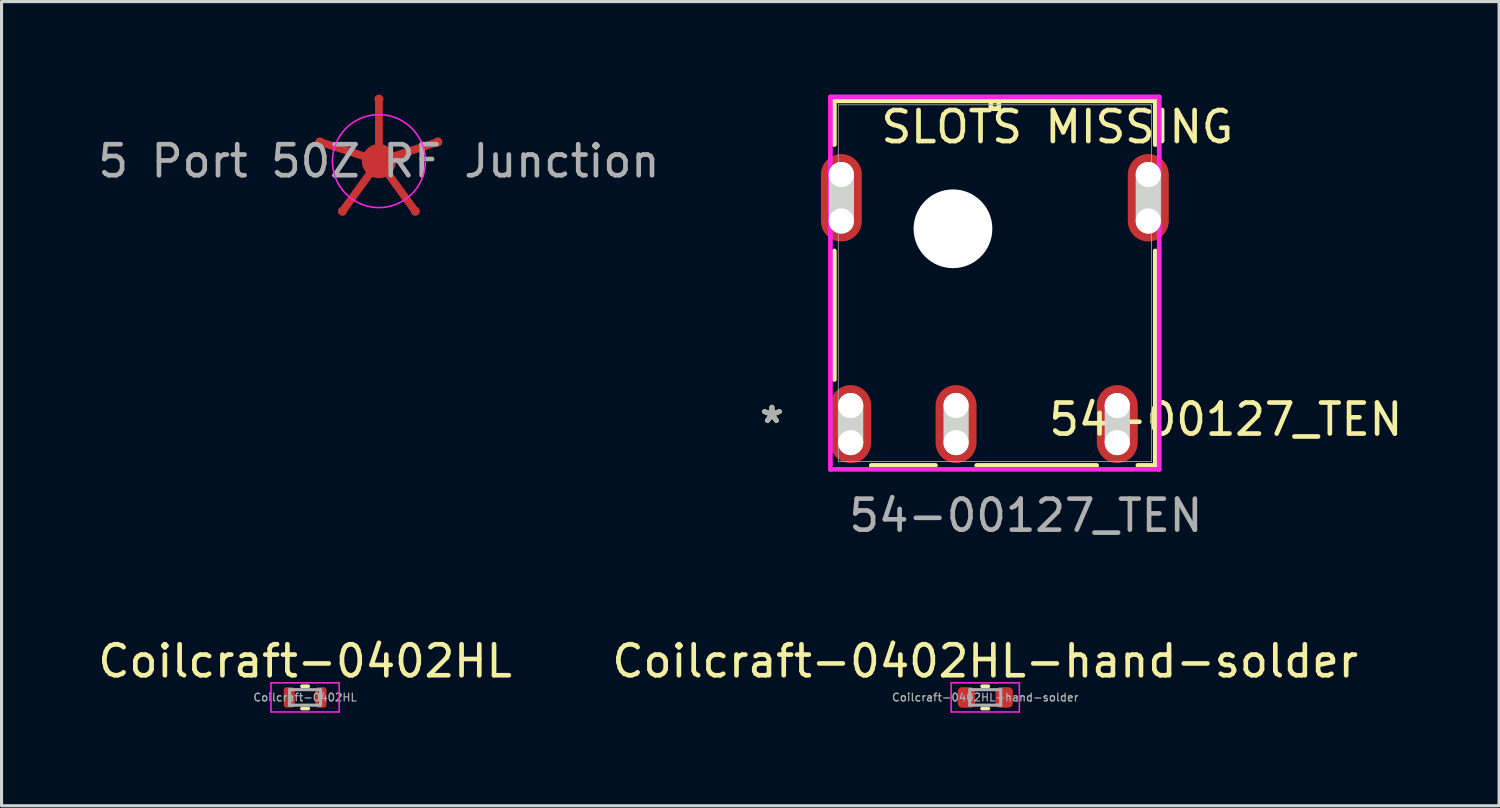
<source format=kicad_pcb>
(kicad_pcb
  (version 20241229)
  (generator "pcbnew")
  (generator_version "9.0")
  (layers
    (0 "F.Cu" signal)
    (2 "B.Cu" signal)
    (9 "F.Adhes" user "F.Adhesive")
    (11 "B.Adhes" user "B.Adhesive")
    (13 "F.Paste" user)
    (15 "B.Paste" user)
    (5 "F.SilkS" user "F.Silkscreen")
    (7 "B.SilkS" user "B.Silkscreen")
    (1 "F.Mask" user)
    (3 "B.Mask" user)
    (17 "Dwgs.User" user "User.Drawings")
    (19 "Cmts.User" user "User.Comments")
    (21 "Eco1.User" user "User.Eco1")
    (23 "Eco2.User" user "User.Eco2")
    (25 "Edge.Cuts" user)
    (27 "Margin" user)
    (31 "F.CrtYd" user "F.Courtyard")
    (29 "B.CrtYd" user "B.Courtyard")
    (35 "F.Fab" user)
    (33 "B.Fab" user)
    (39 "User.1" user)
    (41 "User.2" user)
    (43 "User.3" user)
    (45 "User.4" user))
  (footprint "Coilcraft-0402HL"
    (layer "F.Cu")
    (at 6.792 19.447)
    (property "Reference" "Coilcraft-0402HL" (at 0 -1.17 0) (layer "F.SilkS") (effects (font (size 1 1) (thickness 0.15))))
    (attr smd)
    (fp_line (start -0.1 -0.36) (end 0.1 -0.36) (stroke (width 0.12) (type solid)) (layer "F.SilkS"))
    (fp_line (start -0.1 0.36) (end 0.1 0.36) (stroke (width 0.12) (type solid)) (layer "F.SilkS"))
    (fp_line (start -1.1 -0.47) (end 1.1 -0.47) (stroke (width 0.05) (type solid)) (layer "F.CrtYd"))
    (fp_line (start -1.1 0.47) (end -1.1 -0.47) (stroke (width 0.05) (type solid)) (layer "F.CrtYd"))
    (fp_line (start 1.1 -0.47) (end 1.1 0.47) (stroke (width 0.05) (type solid)) (layer "F.CrtYd"))
    (fp_line (start 1.1 0.47) (end -1.1 0.47) (stroke (width 0.05) (type solid)) (layer "F.CrtYd"))
    (fp_line (start -0.5 -0.25) (end 0.5 -0.25) (stroke (width 0.1) (type solid)) (layer "F.Fab"))
    (fp_line (start -0.5 0.25) (end -0.5 -0.25) (stroke (width 0.1) (type solid)) (layer "F.Fab"))
    (fp_line (start 0.5 -0.25) (end 0.5 0.25) (stroke (width 0.1) (type solid)) (layer "F.Fab"))
    (fp_line (start 0.5 0.25) (end -0.5 0.25) (stroke (width 0.1) (type solid)) (layer "F.Fab"))
    (fp_text user "${REFERENCE}" (at 0 0 0) (layer "F.Fab") (effects (font (size 0.25 0.25) (thickness 0.04))))
    (pad "1" smd roundrect (at -0.51 0) (size 0.36 0.66) (layers "F.Cu" "F.Mask" "F.Paste") (roundrect_rratio 0.25))
    (pad "2" smd roundrect (at 0.51 0) (size 0.36 0.66) (layers "F.Cu" "F.Mask" "F.Paste") (roundrect_rratio 0.25)))
  (footprint "54-00127_TEN"
    (layer "F.Cu")
    (at 24.391 10.63)
    (property "Reference" "54-00127_TEN" (at 12.1 -0.15 0) (unlocked yes) (layer "F.SilkS") (effects (font (size 1 1) (thickness 0.15))))
    (attr smd)
    (fp_line (start -0.527 -10.427) (end -0.527 -9.016) (stroke (width 0.152) (type solid)) (layer "F.SilkS"))
    (fp_line (start -0.527 -5.584) (end -0.527 -1.439) (stroke (width 0.152) (type solid)) (layer "F.SilkS"))
    (fp_line (start 0.666 1.333) (end 2.734 1.333) (stroke (width 0.152) (type solid)) (layer "F.SilkS"))
    (fp_line (start 4.066 1.333) (end 7.934 1.333) (stroke (width 0.152) (type solid)) (layer "F.SilkS"))
    (fp_line (start 4.523 -10.427) (end 4.523 -10.173) (stroke (width 0.152) (type solid)) (layer "F.SilkS"))
    (fp_line (start 4.523 -10.173) (end 4.777 -10.173) (stroke (width 0.152) (type solid)) (layer "F.SilkS"))
    (fp_line (start 4.777 -10.427) (end 4.523 -10.427) (stroke (width 0.152) (type solid)) (layer "F.SilkS"))
    (fp_line (start 4.777 -10.173) (end 4.777 -10.427) (stroke (width 0.152) (type solid)) (layer "F.SilkS"))
    (fp_line (start 9.266 1.333) (end 9.827 1.333) (stroke (width 0.152) (type solid)) (layer "F.SilkS"))
    (fp_line (start 9.827 -10.427) (end -0.527 -10.427) (stroke (width 0.152) (type solid)) (layer "F.SilkS"))
    (fp_line (start 9.827 -9.016) (end 9.827 -10.427) (stroke (width 0.152) (type solid)) (layer "F.SilkS"))
    (fp_line (start 9.827 1.333) (end 9.827 -5.584) (stroke (width 0.152) (type solid)) (layer "F.SilkS"))
    (fp_line (start -0.3 -6.551) (end -0.3 -8.049) (stroke (width 0.813) (type solid)) (layer "Edge.Cuts"))
    (fp_line (start 0 0.597) (end 0 -0.597) (stroke (width 0.813) (type solid)) (layer "Edge.Cuts"))
    (fp_line (start 3.4 0.597) (end 3.4 -0.597) (stroke (width 0.813) (type solid)) (layer "Edge.Cuts"))
    (fp_line (start 8.6 0.597) (end 8.6 -0.597) (stroke (width 0.813) (type solid)) (layer "Edge.Cuts"))
    (fp_line (start 9.6 -6.551) (end 9.6 -8.049) (stroke (width 0.813) (type solid)) (layer "Edge.Cuts"))
    (fp_line (start -0.654 -10.554) (end -0.654 1.46) (stroke (width 0.152) (type solid)) (layer "F.CrtYd"))
    (fp_line (start -0.654 1.46) (end 9.954 1.46) (stroke (width 0.152) (type solid)) (layer "F.CrtYd"))
    (fp_line (start 9.954 -10.554) (end -0.654 -10.554) (stroke (width 0.152) (type solid)) (layer "F.CrtYd"))
    (fp_line (start 9.954 1.46) (end 9.954 -10.554) (stroke (width 0.152) (type solid)) (layer "F.CrtYd"))
    (fp_line (start -0.4 -10.3) (end -0.4 1.206) (stroke (width 0.025) (type solid)) (layer "F.Fab"))
    (fp_line (start -0.4 1.206) (end 9.7 1.206) (stroke (width 0.025) (type solid)) (layer "F.Fab"))
    (fp_line (start 4.65 -10.3) (end 4.65 -10.3) (stroke (width 0.025) (type solid)) (layer "F.Fab"))
    (fp_line (start 4.65 -10.3) (end 4.65 -10.3) (stroke (width 0.025) (type solid)) (layer "F.Fab"))
    (fp_line (start 4.65 -10.3) (end 4.65 -10.3) (stroke (width 0.025) (type solid)) (layer "F.Fab"))
    (fp_line (start 4.65 -10.3) (end 4.65 -10.3) (stroke (width 0.025) (type solid)) (layer "F.Fab"))
    (fp_line (start 9.7 -10.3) (end -0.4 -10.3) (stroke (width 0.025) (type solid)) (layer "F.Fab"))
    (fp_line (start 9.7 1.206) (end 9.7 -10.3) (stroke (width 0.025) (type solid)) (layer "F.Fab"))
    (fp_text user "*" (at -2.54 0 0) (layer "F.SilkS") (effects (font (size 1 1) (thickness 0.15))))
    (fp_text user "*" (at -2.54 0 0) (unlocked yes) (layer "F.SilkS") (effects (font (size 1 1) (thickness 0.15))))
    (fp_text user "SLOTS MISSING" (at 0.9 -9 0) (unlocked yes) (layer "F.SilkS") (effects (font (size 1 1) (thickness 0.15)) (justify left bottom)))
    (fp_text user "*" (at -2.54 0 0) (unlocked yes) (layer "F.Fab") (effects (font (size 1 1) (thickness 0.15))))
    (fp_text user "*" (at -2.54 0 0) (layer "F.Fab") (effects (font (size 1 1) (thickness 0.15))))
    (fp_text user "${REFERENCE}" (at 5.65 2.95 0) (unlocked yes) (layer "F.Fab") (effects (font (size 1 1) (thickness 0.15))))
    (pad "" np_thru_hole circle (at -0.3 -8.049) (size 0.813 0.813) (drill 0.813) (layers "*.Cu" "*.Mask"))
    (pad "" np_thru_hole circle (at -0.3 -6.551) (size 0.813 0.813) (drill 0.813) (layers "*.Cu" "*.Mask"))
    (pad "" np_thru_hole circle (at 0 -0.597) (size 0.813 0.813) (drill 0.813) (layers "*.Cu" "*.Mask"))
    (pad "" np_thru_hole circle (at 0 0.597) (size 0.813 0.813) (drill 0.813) (layers "*.Cu" "*.Mask"))
    (pad "" np_thru_hole circle (at 3.3 -6.3) (size 2.54 2.54) (drill 2.54) (layers "*.Cu" "*.Mask"))
    (pad "" np_thru_hole circle (at 3.4 -0.597) (size 0.813 0.813) (drill 0.813) (layers "*.Cu" "*.Mask"))
    (pad "" np_thru_hole circle (at 3.4 0.597) (size 0.813 0.813) (drill 0.813) (layers "*.Cu" "*.Mask"))
    (pad "" np_thru_hole circle (at 8.6 -0.597) (size 0.813 0.813) (drill 0.813) (layers "*.Cu" "*.Mask"))
    (pad "" np_thru_hole circle (at 8.6 0.597) (size 0.813 0.813) (drill 0.813) (layers "*.Cu" "*.Mask"))
    (pad "" np_thru_hole circle (at 9.6 -8.049) (size 0.813 0.813) (drill 0.813) (layers "*.Cu" "*.Mask"))
    (pad "" np_thru_hole circle (at 9.6 -6.551) (size 0.813 0.813) (drill 0.813) (layers "*.Cu" "*.Mask"))
    (pad "1" smd oval (at 0 0) (size 1.321 2.515) (layers "F.Cu" "F.Mask" "F.Paste"))
    (pad "2" smd oval (at 8.6 0) (size 1.321 2.515) (layers "F.Cu" "F.Mask" "F.Paste"))
    (pad "3" smd oval (at 3.4 0.000045) (size 1.321 2.515) (layers "F.Cu" "F.Mask" "F.Paste"))
    (pad "4" smd oval (at -0.3 -7.3) (size 1.321 2.819) (layers "F.Cu" "F.Mask" "F.Paste"))
    (pad "5" smd oval (at 9.6 -7.3) (size 1.321 2.819) (layers "F.Cu" "F.Mask" "F.Paste")))
  (footprint "5 Port 50Z RF Junction"
    (layer "F.Cu")
    (at 9.173 2.147)
    (property "Reference" "5 Port 50Z RF Junction" (at 0 0 0) (layer "F.Fab") (effects (font (size 1 1) (thickness 0.15))))
    (attr exclude_from_pos_files exclude_from_bom)
    (fp_circle (center 0 0) (end 0.45 0) (stroke (width 0.2) (type solid)) (fill yes) (layer "F.Cu"))
    (fp_poly (pts (xy -0.125 0) (xy 0.125 0) (xy 0.125 -2) (xy -0.125 -2)) (stroke (width 0) (type solid)) (fill yes) (layer "F.Cu"))
    (fp_poly (pts (xy -0.039 -0.119) (xy 0.039 0.119) (xy 1.941 -0.499) (xy 1.863 -0.737)) (stroke (width 0) (type solid)) (fill yes) (layer "F.Cu"))
    (fp_poly (pts (xy -0.039 0.119) (xy 0.039 -0.119) (xy -1.863 -0.737) (xy -1.941 -0.499)) (stroke (width 0) (type solid)) (fill yes) (layer "F.Cu"))
    (fp_poly (pts (xy 0.101 -0.073) (xy -0.101 0.073) (xy 1.074 1.692) (xy 1.277 1.545)) (stroke (width 0) (type solid)) (fill yes) (layer "F.Cu"))
    (fp_poly (pts (xy 0.101 0.073) (xy -0.101 -0.073) (xy -1.277 1.545) (xy -1.074 1.692)) (stroke (width 0) (type solid)) (fill yes) (layer "F.Cu"))
    (fp_circle (center 0 0) (end 1.5 0) (stroke (width 0.05) (type solid)) (fill no) (layer "F.CrtYd"))
    (pad "1" smd circle (at 0 -2) (size 0.293 0.293) (layers "F.Cu"))
    (pad "2" smd oval (at 1.902 -0.618) (size 0.293 0.293) (layers "F.Cu"))
    (pad "3" smd oval (at 1.176 1.618) (size 0.293 0.293) (layers "F.Cu"))
    (pad "4" smd oval (at -1.176 1.618) (size 0.293 0.293) (layers "F.Cu"))
    (pad "5" smd oval (at -1.902 -0.618) (size 0.293 0.293) (layers "F.Cu")))
  (footprint "Coilcraft-0402HL-hand-solder"
    (layer "F.Cu")
    (at 28.732 19.447)
    (property "Reference" "Coilcraft-0402HL-hand-solder" (at 0 -1.17 0) (layer "F.SilkS") (effects (font (size 1 1) (thickness 0.15))))
    (attr smd)
    (fp_line (start -0.1 -0.36) (end 0.1 -0.36) (stroke (width 0.12) (type solid)) (layer "F.SilkS"))
    (fp_line (start -0.1 0.36) (end 0.1 0.36) (stroke (width 0.12) (type solid)) (layer "F.SilkS"))
    (fp_line (start -1.1 -0.47) (end 1.1 -0.47) (stroke (width 0.05) (type solid)) (layer "F.CrtYd"))
    (fp_line (start -1.1 0.47) (end -1.1 -0.47) (stroke (width 0.05) (type solid)) (layer "F.CrtYd"))
    (fp_line (start 1.1 -0.47) (end 1.1 0.47) (stroke (width 0.05) (type solid)) (layer "F.CrtYd"))
    (fp_line (start 1.1 0.47) (end -1.1 0.47) (stroke (width 0.05) (type solid)) (layer "F.CrtYd"))
    (fp_line (start -0.5 -0.25) (end 0.5 -0.25) (stroke (width 0.1) (type solid)) (layer "F.Fab"))
    (fp_line (start -0.5 0.25) (end -0.5 -0.25) (stroke (width 0.1) (type solid)) (layer "F.Fab"))
    (fp_line (start 0.5 -0.25) (end 0.5 0.25) (stroke (width 0.1) (type solid)) (layer "F.Fab"))
    (fp_line (start 0.5 0.25) (end -0.5 0.25) (stroke (width 0.1) (type solid)) (layer "F.Fab"))
    (fp_text user "${REFERENCE}" (at 0 0 0) (layer "F.Fab") (effects (font (size 0.25 0.25) (thickness 0.04))))
    (pad "1" smd roundrect (at -0.61 0) (size 0.56 0.66) (layers "F.Cu" "F.Mask" "F.Paste") (roundrect_rratio 0.25))
    (pad "2" smd roundrect (at 0.61 0) (size 0.56 0.66) (layers "F.Cu" "F.Mask" "F.Paste") (roundrect_rratio 0.25)))
  (gr_rect
    (start -3 -3)
    (end 45.307 22.942)
    (stroke (width 0.1) (type default))
    (fill no)
    (layer "Edge.Cuts")))
</source>
